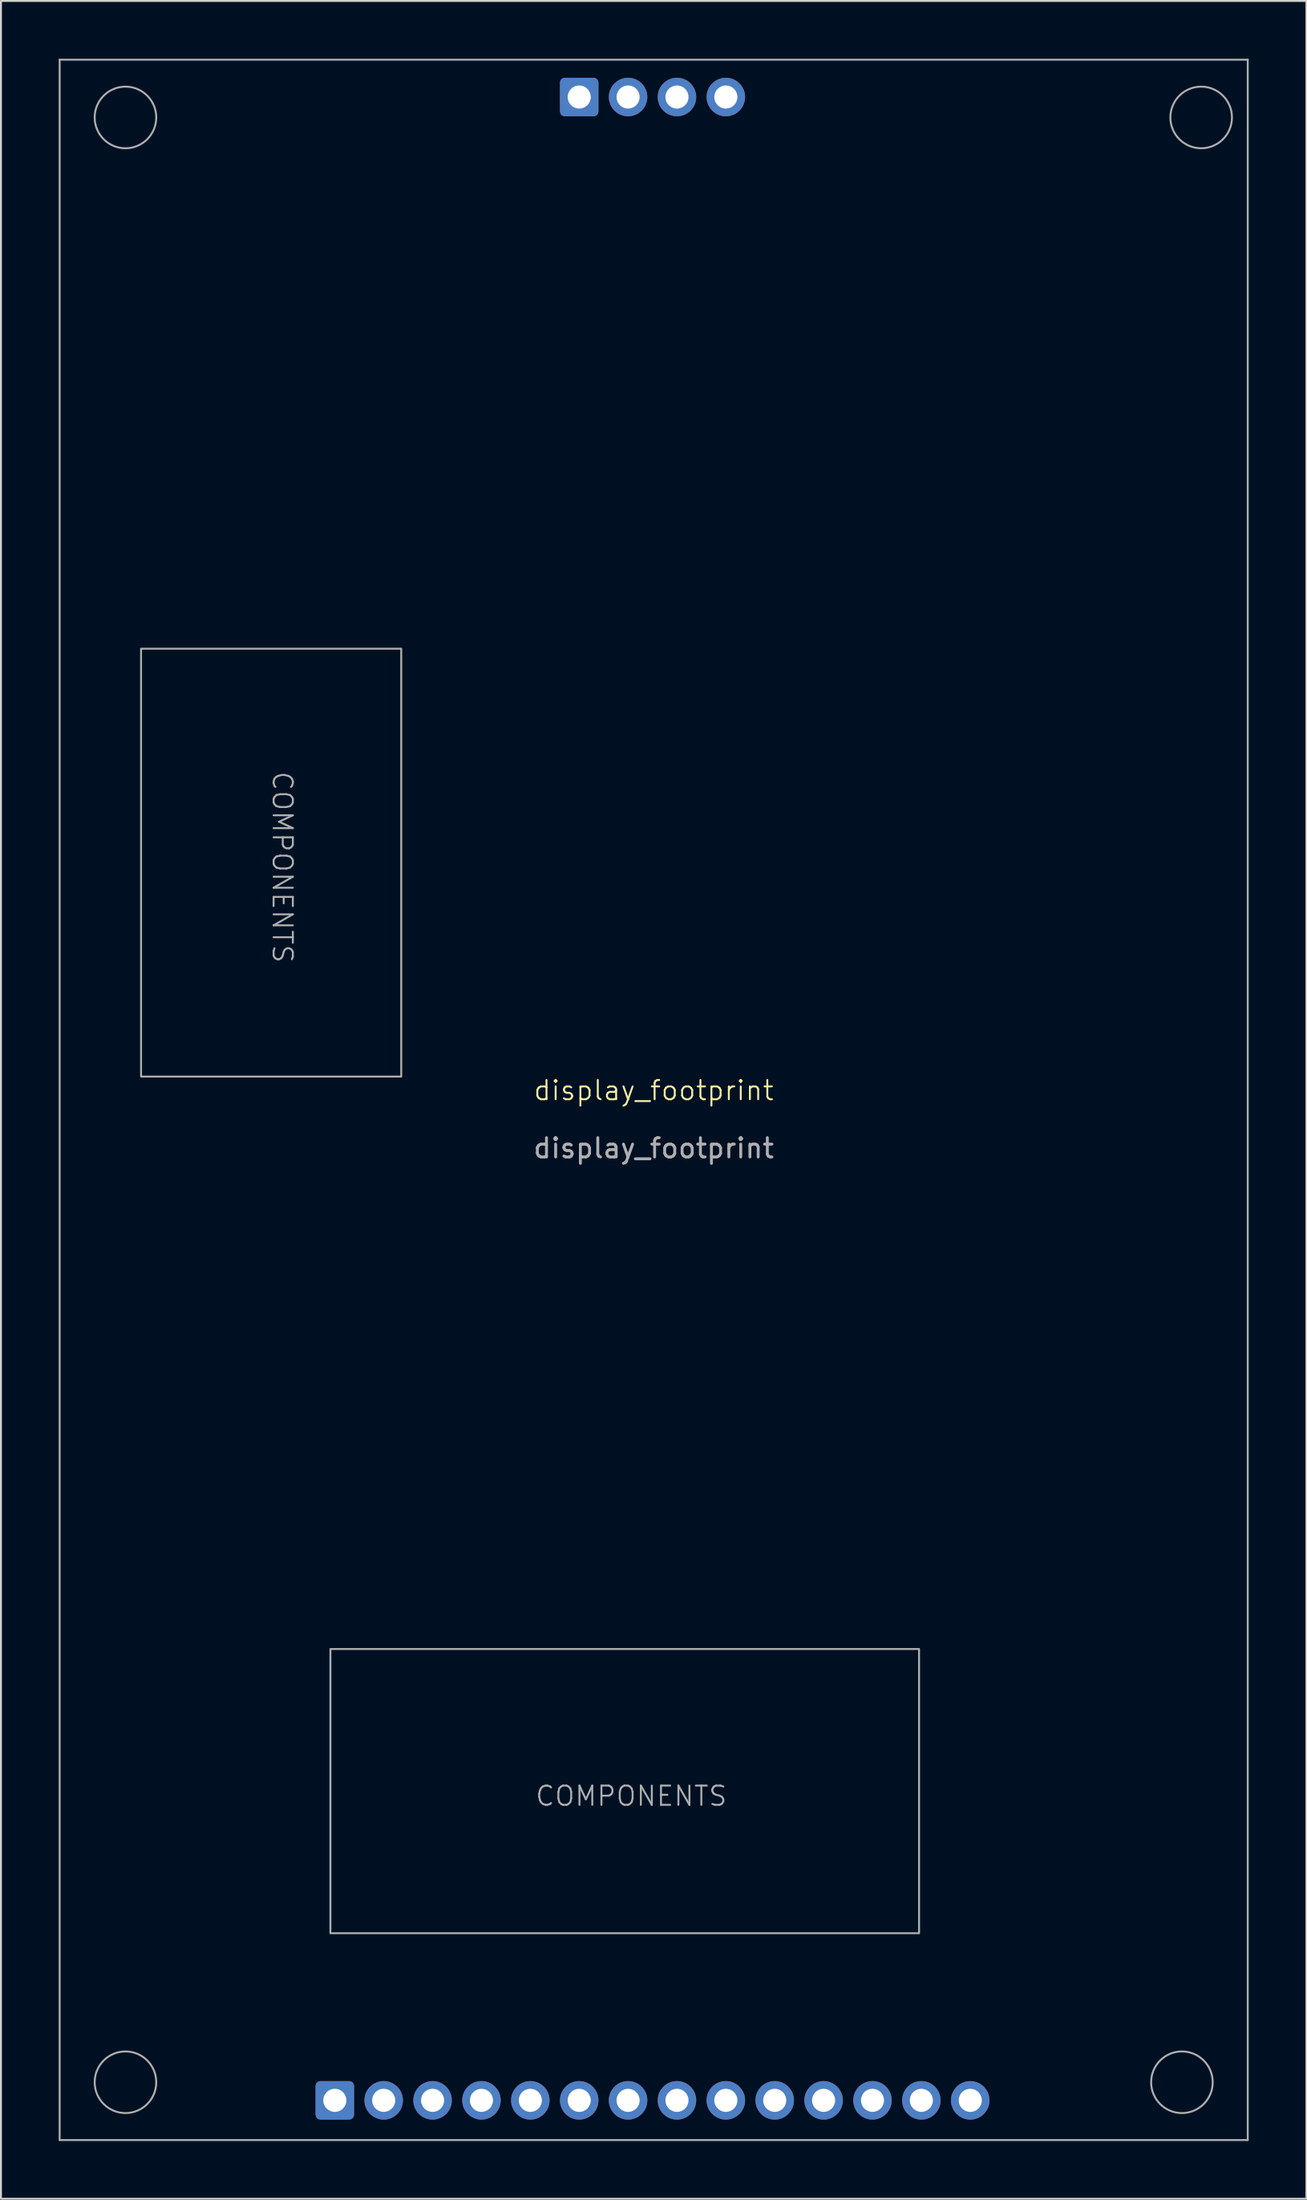
<source format=kicad_pcb>
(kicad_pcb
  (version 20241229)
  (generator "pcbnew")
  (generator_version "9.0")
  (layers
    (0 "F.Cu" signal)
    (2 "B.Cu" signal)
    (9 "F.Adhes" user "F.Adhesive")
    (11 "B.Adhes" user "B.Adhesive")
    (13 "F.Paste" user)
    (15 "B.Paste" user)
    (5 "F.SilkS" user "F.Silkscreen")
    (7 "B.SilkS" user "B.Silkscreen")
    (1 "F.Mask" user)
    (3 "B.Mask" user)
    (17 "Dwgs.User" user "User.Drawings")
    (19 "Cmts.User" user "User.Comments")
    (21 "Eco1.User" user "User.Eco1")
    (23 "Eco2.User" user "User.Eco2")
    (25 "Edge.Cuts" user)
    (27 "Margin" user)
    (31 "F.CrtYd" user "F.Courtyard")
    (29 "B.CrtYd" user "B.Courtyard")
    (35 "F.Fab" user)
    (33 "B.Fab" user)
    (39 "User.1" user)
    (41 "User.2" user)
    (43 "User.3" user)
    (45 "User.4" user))
  (footprint "display_footprint"
    (layer "F.Cu")
    (at 30.92 54.08)
    (property "Reference" "display_footprint" (at 0 -0.5 0) (unlocked yes) (layer "F.SilkS") (effects (font (size 1 1) (thickness 0.1))))
    (attr smd)
    (fp_line (start -30.87 54.01) (end -30.87 -54.03) (stroke (width 0.1) (type solid)) (layer "F.Fab"))
    (fp_line (start 30.87 -54.03) (end -30.87 -54.03) (stroke (width 0.1) (type solid)) (layer "F.Fab"))
    (fp_line (start 30.87 -54.03) (end 30.87 54.01) (stroke (width 0.1) (type solid)) (layer "F.Fab"))
    (fp_line (start 30.87 54.01) (end -30.87 54.01) (stroke (width 0.1) (type solid)) (layer "F.Fab"))
    (fp_rect (start -26.64 -23.44) (end -13.12 -1.22) (stroke (width 0.1) (type default)) (fill no) (layer "F.Fab"))
    (fp_rect (start -16.8 28.51) (end 13.79 43.27) (stroke (width 0.1) (type solid)) (fill no) (layer "F.Fab"))
    (fp_circle (center -27.45 -51.03) (end -25.85 -51.03) (stroke (width 0.1) (type solid)) (fill no) (layer "F.Fab"))
    (fp_circle (center -27.45 51.01) (end -25.85 51.01) (stroke (width 0.1) (type solid)) (fill no) (layer "F.Fab"))
    (fp_circle (center 27.45 51.01) (end 25.85 51.01) (stroke (width 0.1) (type solid)) (fill no) (layer "F.Fab"))
    (fp_circle (center 28.45 -51.03) (end 26.85 -51.03) (stroke (width 0.1) (type solid)) (fill no) (layer "F.Fab"))
    (fp_text user "${REFERENCE}" (at 0 2.5 0) (unlocked yes) (layer "F.Fab") (effects (font (size 1 1) (thickness 0.15))))
    (fp_text user "COMPONENTS" (at -6.21 36.73 0) (unlocked yes) (layer "F.Fab") (effects (font (size 1 1) (thickness 0.1)) (justify left bottom)))
    (fp_text user "COMPONENTS" (at -19.88 -17.14 270) (unlocked yes) (layer "F.Fab") (effects (font (size 1 1) (thickness 0.1)) (justify left bottom)))
    (pad "1" thru_hole roundrect (at -16.571 51.949) (size 2 2) (drill 1.2) (layers "*.Cu" "*.Mask") (roundrect_rratio 0.125))
    (pad "2" thru_hole circle (at -14.031 51.949) (size 2 2) (drill 1.2) (layers "*.Cu" "*.Mask"))
    (pad "3" thru_hole circle (at -11.491 51.949) (size 2 2) (drill 1.2) (layers "*.Cu" "*.Mask"))
    (pad "4" thru_hole circle (at -8.951 51.949) (size 2 2) (drill 1.2) (layers "*.Cu" "*.Mask"))
    (pad "5" thru_hole circle (at -6.411 51.949) (size 2 2) (drill 1.2) (layers "*.Cu" "*.Mask"))
    (pad "6" thru_hole circle (at -3.871 51.949) (size 2 2) (drill 1.2) (layers "*.Cu" "*.Mask"))
    (pad "7" thru_hole circle (at -1.331 51.949) (size 2 2) (drill 1.2) (layers "*.Cu" "*.Mask"))
    (pad "8" thru_hole circle (at 1.209 51.949) (size 2 2) (drill 1.2) (layers "*.Cu" "*.Mask"))
    (pad "9" thru_hole circle (at 3.749 51.949) (size 2 2) (drill 1.2) (layers "*.Cu" "*.Mask"))
    (pad "10" thru_hole circle (at 6.289 51.949) (size 2 2) (drill 1.2) (layers "*.Cu" "*.Mask"))
    (pad "11" thru_hole circle (at 8.829 51.949) (size 2 2) (drill 1.2) (layers "*.Cu" "*.Mask"))
    (pad "12" thru_hole circle (at 11.369 51.949) (size 2 2) (drill 1.2) (layers "*.Cu" "*.Mask"))
    (pad "13" thru_hole circle (at 13.909 51.949) (size 2 2) (drill 1.2) (layers "*.Cu" "*.Mask"))
    (pad "14" thru_hole circle (at 16.45 51.95) (size 2 2) (drill 1.2) (layers "*.Cu" "*.Mask"))
    (pad "15" thru_hole roundrect (at -3.871 -52.091) (size 2 2) (drill 1.2) (layers "*.Cu" "*.Mask") (roundrect_rratio 0.125))
    (pad "16" thru_hole circle (at -1.331 -52.091) (size 2 2) (drill 1.2) (layers "*.Cu" "*.Mask"))
    (pad "17" thru_hole circle (at 1.209 -52.091) (size 2 2) (drill 1.2) (layers "*.Cu" "*.Mask"))
    (pad "18" thru_hole circle (at 3.749 -52.091) (size 2 2) (drill 1.2) (layers "*.Cu" "*.Mask")))
  (gr_rect
    (start -3 -3)
    (end 64.84 111.14)
    (stroke (width 0.1) (type default))
    (fill no)
    (layer "Edge.Cuts")))
</source>
